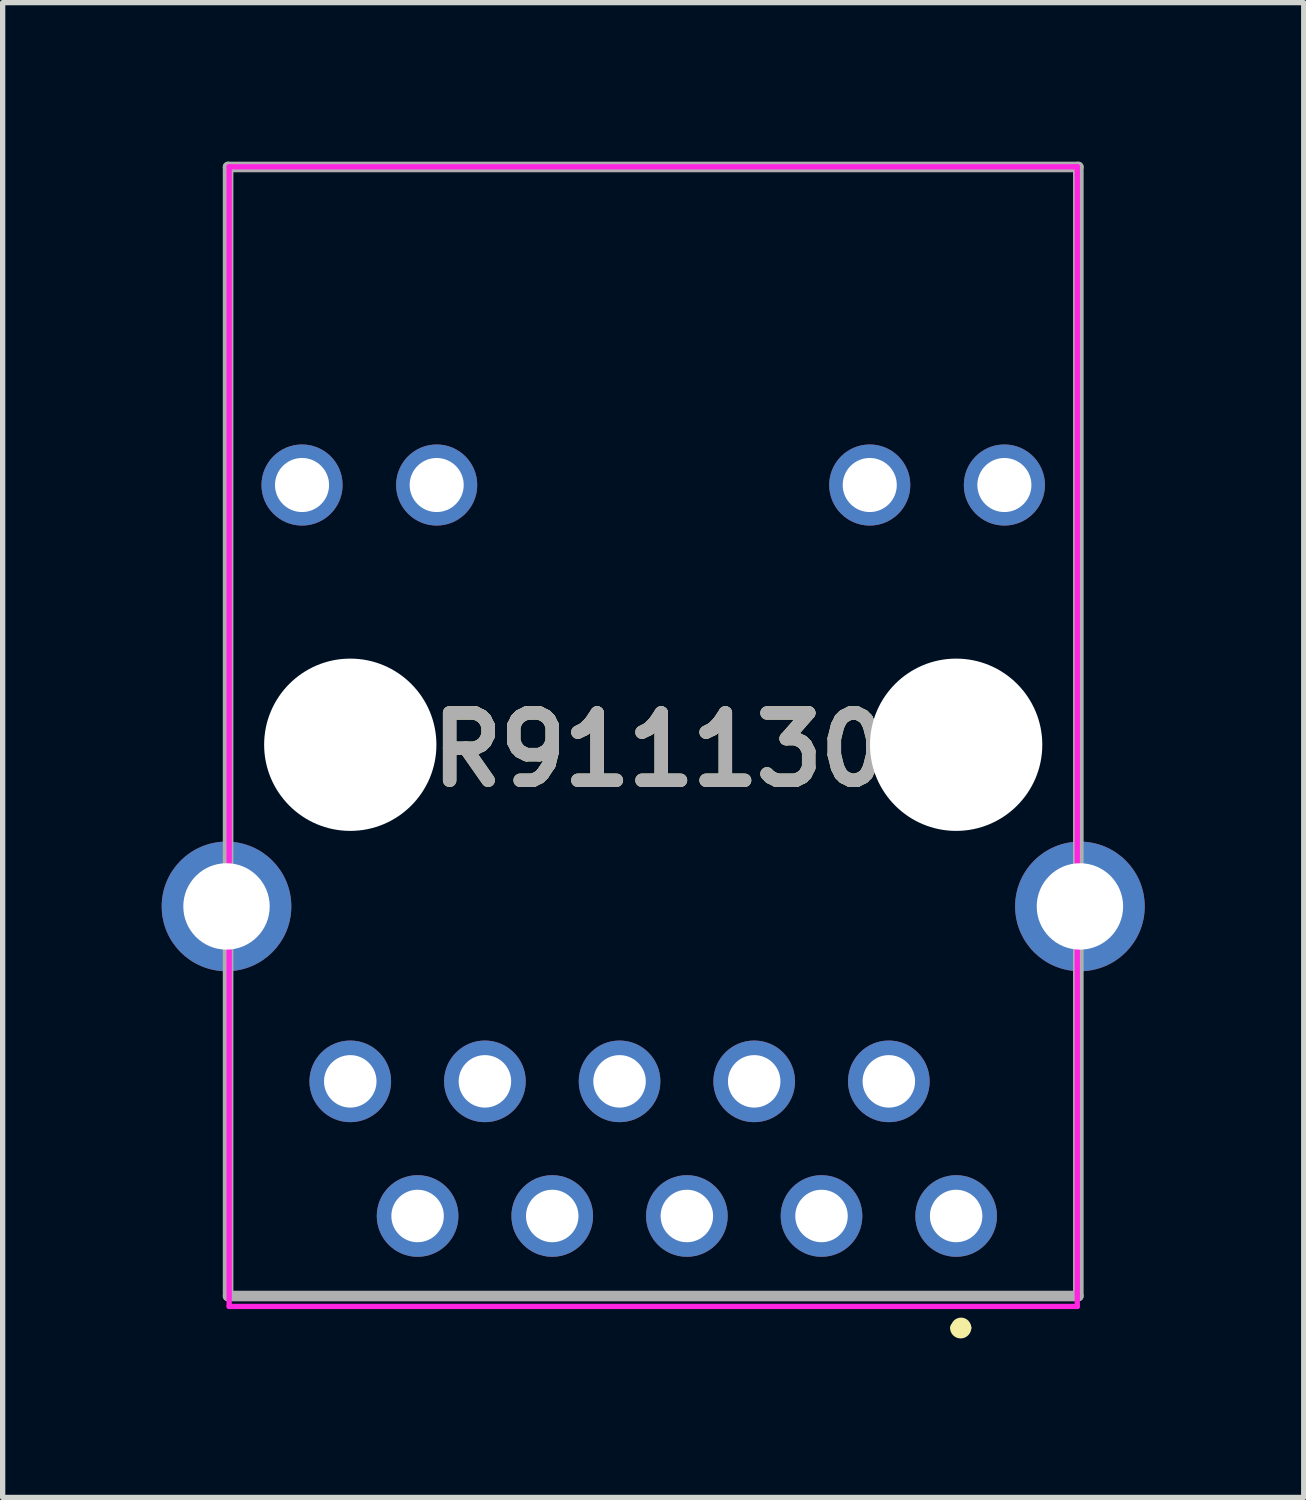
<source format=kicad_pcb>
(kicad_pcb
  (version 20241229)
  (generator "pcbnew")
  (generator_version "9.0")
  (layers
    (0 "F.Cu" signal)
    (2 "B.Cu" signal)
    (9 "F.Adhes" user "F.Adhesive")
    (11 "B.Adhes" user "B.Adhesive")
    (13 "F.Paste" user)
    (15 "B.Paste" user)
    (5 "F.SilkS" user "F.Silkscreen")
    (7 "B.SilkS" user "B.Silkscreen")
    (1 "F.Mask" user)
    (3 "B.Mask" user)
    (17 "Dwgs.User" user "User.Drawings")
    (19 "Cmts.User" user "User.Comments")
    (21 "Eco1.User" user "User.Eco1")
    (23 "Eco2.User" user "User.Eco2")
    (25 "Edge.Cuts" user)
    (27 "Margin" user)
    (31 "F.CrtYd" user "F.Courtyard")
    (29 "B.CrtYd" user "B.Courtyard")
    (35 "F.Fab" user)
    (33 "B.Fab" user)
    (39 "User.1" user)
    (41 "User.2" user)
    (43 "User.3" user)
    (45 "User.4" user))
  (footprint "HR911130A"
    (layer "F.Cu")
    (at 9.273 11.096)
    (property "Reference" "HR911130A" (at 0 0 0) (layer "F.SilkS") (effects (font (size 1.27 1.27) (thickness 0.254))))
    (attr through_hole)
    (fp_line (start -8.023 10.304) (end -8.023 4.704) (stroke (width 0.1) (type solid)) (layer "F.SilkS"))
    (fp_line (start -8.02 -10.996) (end 8.02 -10.996) (stroke (width 0.1) (type solid)) (layer "F.SilkS"))
    (fp_line (start -8.02 1.004) (end -8.02 -10.996) (stroke (width 0.1) (type solid)) (layer "F.SilkS"))
    (fp_line (start 5.715 10.904) (end 5.715 10.904) (stroke (width 0.2) (type solid)) (layer "F.SilkS"))
    (fp_line (start 5.9 10.904) (end 5.9 10.904) (stroke (width 0.2) (type solid)) (layer "F.SilkS"))
    (fp_line (start 8 10.304) (end -8.023 10.304) (stroke (width 0.1) (type solid)) (layer "F.SilkS"))
    (fp_line (start 8.02 -10.996) (end 8.02 1.004) (stroke (width 0.1) (type solid)) (layer "F.SilkS"))
    (fp_line (start 8.05 4.704) (end 8 10.304) (stroke (width 0.1) (type solid)) (layer "F.SilkS"))
    (fp_arc (start 5.715 10.904) (mid 5.807 10.811) (end 5.9 10.903) (stroke (width 0.2) (type solid)) (layer "F.SilkS"))
    (fp_arc (start 5.9 10.904) (mid 5.8 11.004) (end 5.7 10.904) (stroke (width 0.2) (type solid)) (layer "F.SilkS"))
    (fp_line (start -8 -11) (end 8 -11) (stroke (width 0.1) (type solid)) (layer "F.CrtYd"))
    (fp_line (start -8 10.5) (end -8 -11) (stroke (width 0.1) (type solid)) (layer "F.CrtYd"))
    (fp_line (start 8 -11) (end 8 10.5) (stroke (width 0.1) (type solid)) (layer "F.CrtYd"))
    (fp_line (start 8 10.5) (end -8 10.5) (stroke (width 0.1) (type solid)) (layer "F.CrtYd"))
    (fp_line (start -8.02 -10.996) (end 8.02 -10.996) (stroke (width 0.2) (type solid)) (layer "F.Fab"))
    (fp_line (start -8.02 10.304) (end -8.02 -10.996) (stroke (width 0.2) (type solid)) (layer "F.Fab"))
    (fp_line (start 8.02 -10.996) (end 8.02 10.304) (stroke (width 0.2) (type solid)) (layer "F.Fab"))
    (fp_line (start 8.02 10.304) (end -8.02 10.304) (stroke (width 0.2) (type solid)) (layer "F.Fab"))
    (fp_text user "${REFERENCE}" (at 0 0 0) (layer "F.Fab") (effects (font (size 1.27 1.27) (thickness 0.254))))
    (pad "" np_thru_hole circle (at -5.715 -0.096) (size 3.25 3.25) (drill 3.25) (layers "*.Cu" "*.Mask"))
    (pad "" np_thru_hole circle (at 5.715 -0.096) (size 3.25 3.25) (drill 3.25) (layers "*.Cu" "*.Mask"))
    (pad "1" thru_hole circle (at 5.715 8.794) (size 1.54 1.54) (drill 0.99) (layers "*.Cu" "*.Mask"))
    (pad "2" thru_hole circle (at 4.445 6.254) (size 1.54 1.54) (drill 0.99) (layers "*.Cu" "*.Mask"))
    (pad "3" thru_hole circle (at 3.175 8.794) (size 1.54 1.54) (drill 0.99) (layers "*.Cu" "*.Mask"))
    (pad "4" thru_hole circle (at 1.905 6.254) (size 1.54 1.54) (drill 0.99) (layers "*.Cu" "*.Mask"))
    (pad "5" thru_hole circle (at 0.635 8.794) (size 1.54 1.54) (drill 0.99) (layers "*.Cu" "*.Mask"))
    (pad "6" thru_hole circle (at -0.635 6.254) (size 1.54 1.54) (drill 0.99) (layers "*.Cu" "*.Mask"))
    (pad "7" thru_hole circle (at -1.905 8.794) (size 1.54 1.54) (drill 0.99) (layers "*.Cu" "*.Mask"))
    (pad "8" thru_hole circle (at -3.175 6.254) (size 1.54 1.54) (drill 0.99) (layers "*.Cu" "*.Mask"))
    (pad "9" thru_hole circle (at -4.445 8.794) (size 1.54 1.54) (drill 0.99) (layers "*.Cu" "*.Mask"))
    (pad "10" thru_hole circle (at -5.715 6.254) (size 1.54 1.54) (drill 0.99) (layers "*.Cu" "*.Mask"))
    (pad "11" thru_hole circle (at -6.625 -4.996) (size 1.53 1.53) (drill 1.02) (layers "*.Cu" "*.Mask"))
    (pad "12" thru_hole circle (at -4.085 -4.996) (size 1.53 1.53) (drill 1.02) (layers "*.Cu" "*.Mask"))
    (pad "13" thru_hole circle (at 4.085 -4.996) (size 1.53 1.53) (drill 1.02) (layers "*.Cu" "*.Mask"))
    (pad "14" thru_hole circle (at 6.625 -4.996) (size 1.53 1.53) (drill 1.02) (layers "*.Cu" "*.Mask"))
    (pad "15" thru_hole circle (at -8.05 2.954) (size 2.445 2.445) (drill 1.63) (layers "*.Cu" "*.Mask"))
    (pad "16" thru_hole circle (at 8.05 2.954) (size 2.445 2.445) (drill 1.63) (layers "*.Cu" "*.Mask")))
  (gr_rect
    (start -3 -3)
    (end 21.545 25.2)
    (stroke (width 0.1) (type default))
    (fill no)
    (layer "Edge.Cuts")))
</source>
